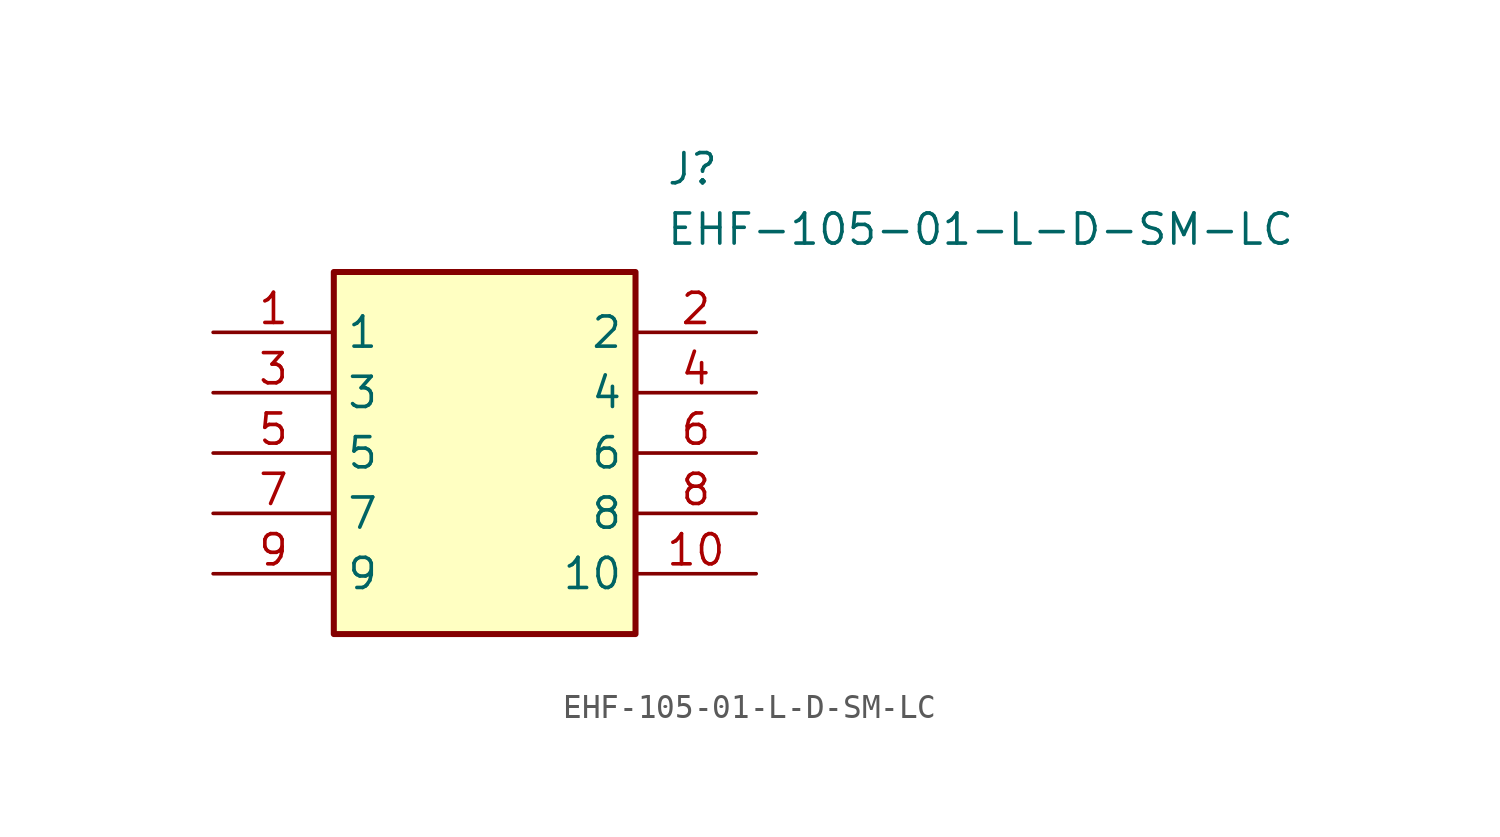
<source format=kicad_sym>
(kicad_symbol_lib
  (version 20211014)
  (generator SamacSys_ECAD_Model)
  (symbol "EHF-105-01-L-D-SM-LC"
    (property "Reference" "J"
      (at 19.05 7.62 0)
      (effects (font (size 1.27 1.27)) (justify left top)))
    (property "Value" "EHF-105-01-L-D-SM-LC"
      (at 19.05 5.08 0)
      (effects (font (size 1.27 1.27)) (justify left top)))
    (rectangle
      (start 5.08 2.54)
      (end 17.78 -12.7)
      (stroke (width 0.254) (type default))
      (fill (type background)))
    (pin passive line
      (at 0 0 0)
      (length 5.08)
      (name "1" (effects (font (size 1.27 1.27))))
      (number "1" (effects (font (size 1.27 1.27)))))
    (pin passive line
      (at 22.86 0 180)
      (length 5.08)
      (name "2" (effects (font (size 1.27 1.27))))
      (number "2" (effects (font (size 1.27 1.27)))))
    (pin passive line
      (at 0 -2.54 0)
      (length 5.08)
      (name "3" (effects (font (size 1.27 1.27))))
      (number "3" (effects (font (size 1.27 1.27)))))
    (pin passive line
      (at 22.86 -2.54 180)
      (length 5.08)
      (name "4" (effects (font (size 1.27 1.27))))
      (number "4" (effects (font (size 1.27 1.27)))))
    (pin passive line
      (at 0 -5.08 0)
      (length 5.08)
      (name "5" (effects (font (size 1.27 1.27))))
      (number "5" (effects (font (size 1.27 1.27)))))
    (pin passive line
      (at 22.86 -5.08 180)
      (length 5.08)
      (name "6" (effects (font (size 1.27 1.27))))
      (number "6" (effects (font (size 1.27 1.27)))))
    (pin passive line
      (at 0 -7.62 0)
      (length 5.08)
      (name "7" (effects (font (size 1.27 1.27))))
      (number "7" (effects (font (size 1.27 1.27)))))
    (pin passive line
      (at 22.86 -7.62 180)
      (length 5.08)
      (name "8" (effects (font (size 1.27 1.27))))
      (number "8" (effects (font (size 1.27 1.27)))))
    (pin passive line
      (at 0 -10.16 0)
      (length 5.08)
      (name "9" (effects (font (size 1.27 1.27))))
      (number "9" (effects (font (size 1.27 1.27)))))
    (pin passive line
      (at 22.86 -10.16 180)
      (length 5.08)
      (name "10" (effects (font (size 1.27 1.27))))
      (number "10" (effects (font (size 1.27 1.27)))))))
</source>
